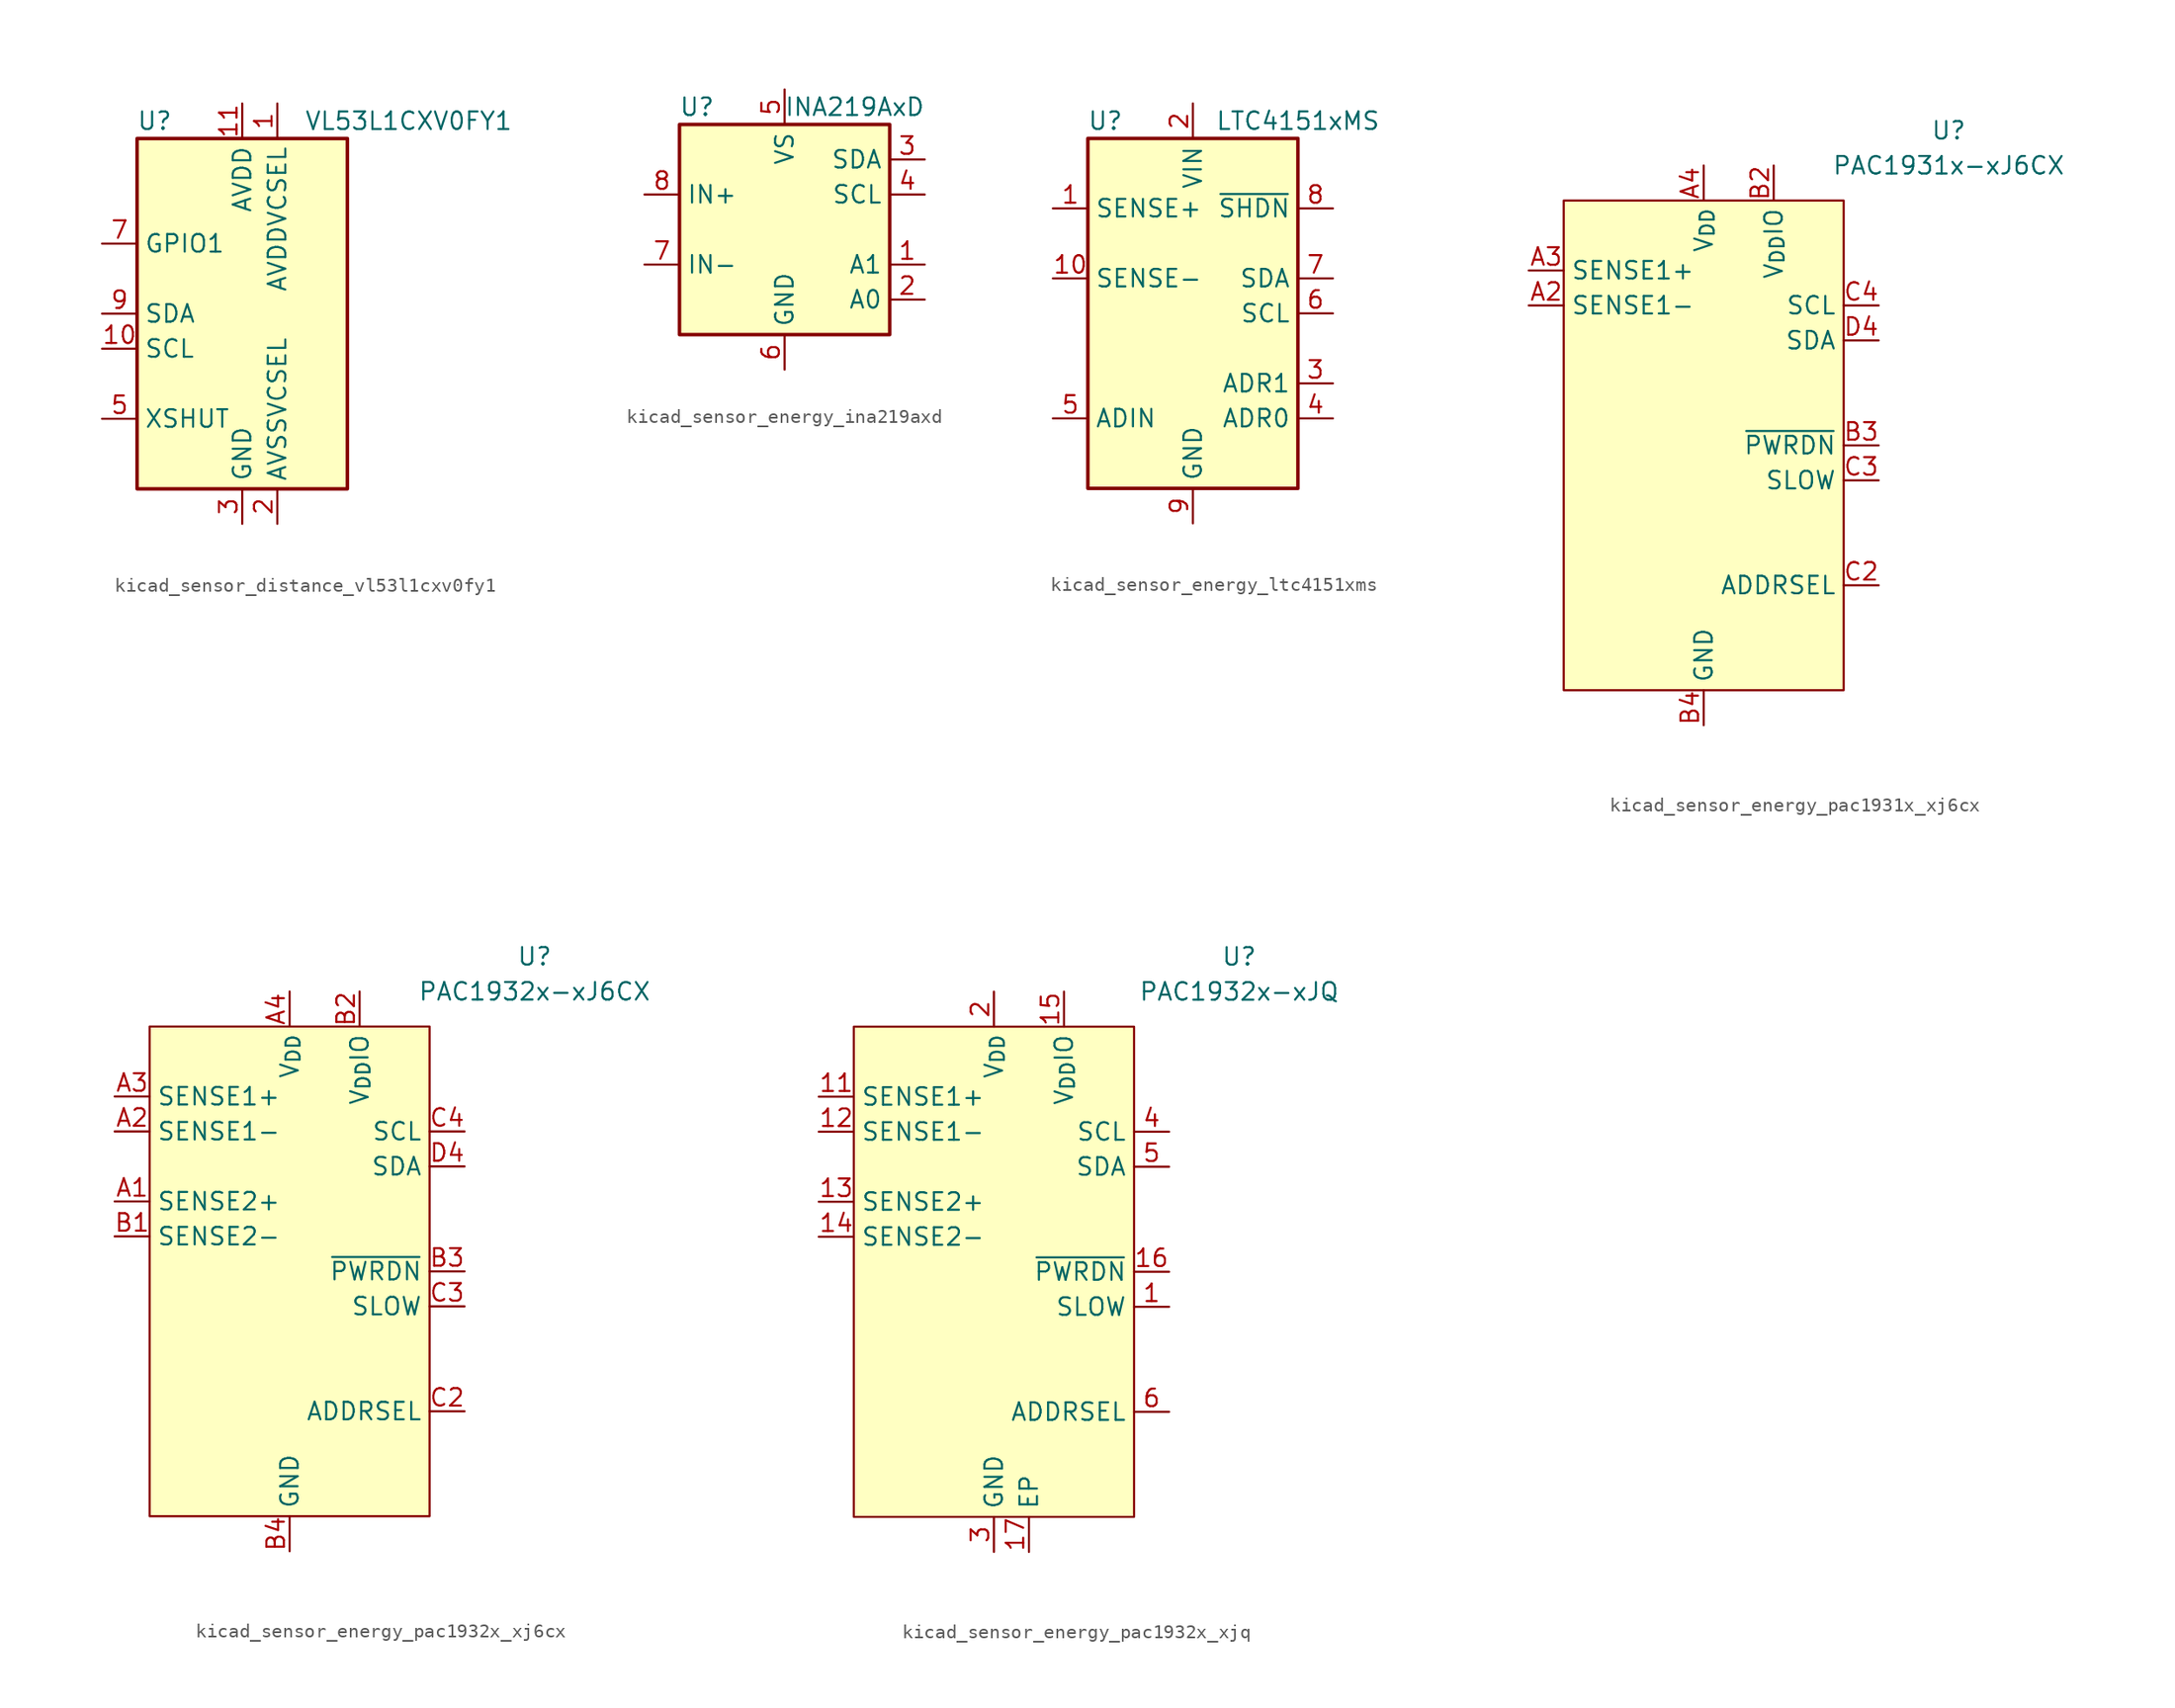
<source format=kicad_sym>
(kicad_symbol_lib
  (version 20220914)
  (generator kicad_symbol_editor)
  (symbol "kicad_sensor_distance_vl53l1cxv0fy1"
    (property "Reference" "U"
      (at -6.35 13.97 0)
      (effects (font (size 1.27 1.27))))
    (property "Value" "VL53L1CXV0FY1"
      (at 12.065 13.97 0)
      (effects (font (size 1.27 1.27))))
    (symbol "kicad_sensor_distance_vl53l1cxv0fy1_0_1"
      (rectangle (start -7.62 12.7) (end 7.62 -12.7) (stroke (width 0.254) (type default)) (fill (type background))))
    (symbol "kicad_sensor_distance_vl53l1cxv0fy1_1_1"
      (pin power_in line (at 2.54 15.24 270) (length 2.54) (name "AVDDVCSEL" (effects (font (size 1.27 1.27)))) (number "1" (effects (font (size 1.27 1.27)))))
      (pin input line (at -10.16 -2.54 0) (length 2.54) (name "SCL" (effects (font (size 1.27 1.27)))) (number "10" (effects (font (size 1.27 1.27)))))
      (pin power_in line (at 0 15.24 270) (length 2.54) (name "AVDD" (effects (font (size 1.27 1.27)))) (number "11" (effects (font (size 1.27 1.27)))))
      (pin passive line (at 0 -15.24 90) (length 2.54) hide (name "GND" (effects (font (size 1.27 1.27)))) (number "12" (effects (font (size 1.27 1.27)))))
      (pin power_in line (at 2.54 -15.24 90) (length 2.54) (name "AVSSVCSEL" (effects (font (size 1.27 1.27)))) (number "2" (effects (font (size 1.27 1.27)))))
      (pin power_in line (at 0 -15.24 90) (length 2.54) (name "GND" (effects (font (size 1.27 1.27)))) (number "3" (effects (font (size 1.27 1.27)))))
      (pin passive line (at 0 -15.24 90) (length 2.54) hide (name "GND" (effects (font (size 1.27 1.27)))) (number "4" (effects (font (size 1.27 1.27)))))
      (pin input line (at -10.16 -7.62 0) (length 2.54) (name "XSHUT" (effects (font (size 1.27 1.27)))) (number "5" (effects (font (size 1.27 1.27)))))
      (pin passive line (at 0 -15.24 90) (length 2.54) hide (name "GND" (effects (font (size 1.27 1.27)))) (number "6" (effects (font (size 1.27 1.27)))))
      (pin open_collector line (at -10.16 5.08 0) (length 2.54) (name "GPIO1" (effects (font (size 1.27 1.27)))) (number "7" (effects (font (size 1.27 1.27)))))
      (pin no_connect line (at -7.62 7.62 0) (length 2.54) hide (name "DNC" (effects (font (size 1.27 1.27)))) (number "8" (effects (font (size 1.27 1.27)))))
      (pin bidirectional line (at -10.16 0 0) (length 2.54) (name "SDA" (effects (font (size 1.27 1.27)))) (number "9" (effects (font (size 1.27 1.27)))))))
  (symbol "kicad_sensor_energy_ina219axd"
    (property "Reference" "U"
      (at -6.35 8.89 0)
      (effects (font (size 1.27 1.27))))
    (property "Value" "INA219AxD"
      (at 5.08 8.89 0)
      (effects (font (size 1.27 1.27))))
    (symbol "kicad_sensor_energy_ina219axd_0_1"
      (rectangle (start -7.62 7.62) (end 7.62 -7.62) (stroke (width 0.254) (type default)) (fill (type background))))
    (symbol "kicad_sensor_energy_ina219axd_1_1"
      (pin input line (at 10.16 -2.54 180) (length 2.54) (name "A1" (effects (font (size 1.27 1.27)))) (number "1" (effects (font (size 1.27 1.27)))))
      (pin input line (at 10.16 -5.08 180) (length 2.54) (name "A0" (effects (font (size 1.27 1.27)))) (number "2" (effects (font (size 1.27 1.27)))))
      (pin bidirectional line (at 10.16 5.08 180) (length 2.54) (name "SDA" (effects (font (size 1.27 1.27)))) (number "3" (effects (font (size 1.27 1.27)))))
      (pin input line (at 10.16 2.54 180) (length 2.54) (name "SCL" (effects (font (size 1.27 1.27)))) (number "4" (effects (font (size 1.27 1.27)))))
      (pin power_in line (at 0 10.16 270) (length 2.54) (name "VS" (effects (font (size 1.27 1.27)))) (number "5" (effects (font (size 1.27 1.27)))))
      (pin power_in line (at 0 -10.16 90) (length 2.54) (name "GND" (effects (font (size 1.27 1.27)))) (number "6" (effects (font (size 1.27 1.27)))))
      (pin input line (at -10.16 -2.54 0) (length 2.54) (name "IN-" (effects (font (size 1.27 1.27)))) (number "7" (effects (font (size 1.27 1.27)))))
      (pin input line (at -10.16 2.54 0) (length 2.54) (name "IN+" (effects (font (size 1.27 1.27)))) (number "8" (effects (font (size 1.27 1.27)))))))
  (symbol "kicad_sensor_energy_ltc4151xms"
    (property "Reference" "U"
      (at -6.35 13.97 0)
      (effects (font (size 1.27 1.27))))
    (property "Value" "LTC4151xMS"
      (at 7.62 13.97 0)
      (effects (font (size 1.27 1.27))))
    (symbol "kicad_sensor_energy_ltc4151xms_0_1"
      (rectangle (start -7.62 12.7) (end 7.62 -12.7) (stroke (width 0.254) (type default)) (fill (type background))))
    (symbol "kicad_sensor_energy_ltc4151xms_1_1"
      (pin input line (at -10.16 7.62 0) (length 2.54) (name "SENSE+" (effects (font (size 1.27 1.27)))) (number "1" (effects (font (size 1.27 1.27)))))
      (pin input line (at -10.16 2.54 0) (length 2.54) (name "SENSE-" (effects (font (size 1.27 1.27)))) (number "10" (effects (font (size 1.27 1.27)))))
      (pin power_in line (at 0 15.24 270) (length 2.54) (name "VIN" (effects (font (size 1.27 1.27)))) (number "2" (effects (font (size 1.27 1.27)))))
      (pin input line (at 10.16 -5.08 180) (length 2.54) (name "ADR1" (effects (font (size 1.27 1.27)))) (number "3" (effects (font (size 1.27 1.27)))))
      (pin input line (at 10.16 -7.62 180) (length 2.54) (name "ADR0" (effects (font (size 1.27 1.27)))) (number "4" (effects (font (size 1.27 1.27)))))
      (pin input line (at -10.16 -7.62 0) (length 2.54) (name "ADIN" (effects (font (size 1.27 1.27)))) (number "5" (effects (font (size 1.27 1.27)))))
      (pin input line (at 10.16 0 180) (length 2.54) (name "SCL" (effects (font (size 1.27 1.27)))) (number "6" (effects (font (size 1.27 1.27)))))
      (pin bidirectional line (at 10.16 2.54 180) (length 2.54) (name "SDA" (effects (font (size 1.27 1.27)))) (number "7" (effects (font (size 1.27 1.27)))))
      (pin input line (at 10.16 7.62 180) (length 2.54) (name "~{SHDN}" (effects (font (size 1.27 1.27)))) (number "8" (effects (font (size 1.27 1.27)))))
      (pin power_in line (at 0 -15.24 90) (length 2.54) (name "GND" (effects (font (size 1.27 1.27)))) (number "9" (effects (font (size 1.27 1.27)))))))
  (symbol "kicad_sensor_energy_pac1931x_xj6cx"
    (property "Reference" "U"
      (at 17.78 22.86 0)
      (effects (font (size 1.27 1.27))))
    (property "Value" "PAC1931x-xJ6CX"
      (at 17.78 20.32 0)
      (effects (font (size 1.27 1.27))))
    (symbol "kicad_sensor_energy_pac1931x_xj6cx_0_0"
      (pin passive line (at 0 -20.32 90) (length 2.54) hide (name "GND" (effects (font (size 1.27 1.27)))) (number "A1" (effects (font (size 1.27 1.27)))))
      (pin input line (at -12.7 10.16 0) (length 2.54) (name "SENSE1-" (effects (font (size 1.27 1.27)))) (number "A2" (effects (font (size 1.27 1.27)))))
      (pin input line (at -12.7 12.7 0) (length 2.54) (name "SENSE1+" (effects (font (size 1.27 1.27)))) (number "A3" (effects (font (size 1.27 1.27)))))
      (pin power_in line (at 0 20.32 270) (length 2.54) (name "V_{DD}" (effects (font (size 1.27 1.27)))) (number "A4" (effects (font (size 1.27 1.27)))))
      (pin passive line (at 0 -20.32 90) (length 2.54) hide (name "GND" (effects (font (size 1.27 1.27)))) (number "B1" (effects (font (size 1.27 1.27)))))
      (pin input line (at 5.08 20.32 270) (length 2.54) (name "V_{DD}IO" (effects (font (size 1.27 1.27)))) (number "B2" (effects (font (size 1.27 1.27)))))
      (pin input line (at 12.7 0 180) (length 2.54) (name "~{PWRDN}" (effects (font (size 1.27 1.27)))) (number "B3" (effects (font (size 1.27 1.27)))))
      (pin power_in line (at 0 -20.32 90) (length 2.54) (name "GND" (effects (font (size 1.27 1.27)))) (number "B4" (effects (font (size 1.27 1.27)))))
      (pin passive line (at 0 -20.32 90) (length 2.54) hide (name "GND" (effects (font (size 1.27 1.27)))) (number "C1" (effects (font (size 1.27 1.27)))))
      (pin passive line (at 12.7 -10.16 180) (length 2.54) (name "ADDRSEL" (effects (font (size 1.27 1.27)))) (number "C2" (effects (font (size 1.27 1.27)))))
      (pin input line (at 12.7 -2.54 180) (length 2.54) (name "SLOW" (effects (font (size 1.27 1.27)))) (number "C3" (effects (font (size 1.27 1.27)))) (alternate "~{ALERT1}" open_collector line))
      (pin input line (at 12.7 10.16 180) (length 2.54) (name "SCL" (effects (font (size 1.27 1.27)))) (number "C4" (effects (font (size 1.27 1.27)))) (alternate "SM_CLK" input line))
      (pin passive line (at 0 -20.32 90) (length 2.54) hide (name "GND" (effects (font (size 1.27 1.27)))) (number "D1" (effects (font (size 1.27 1.27)))))
      (pin passive line (at 0 -20.32 90) (length 2.54) hide (name "GND" (effects (font (size 1.27 1.27)))) (number "D2" (effects (font (size 1.27 1.27)))))
      (pin passive line (at 0 -20.32 90) (length 2.54) hide (name "GND" (effects (font (size 1.27 1.27)))) (number "D3" (effects (font (size 1.27 1.27)))))
      (pin bidirectional line (at 12.7 7.62 180) (length 2.54) (name "SDA" (effects (font (size 1.27 1.27)))) (number "D4" (effects (font (size 1.27 1.27)))) (alternate "SM_DATA" bidirectional line)))
    (symbol "kicad_sensor_energy_pac1931x_xj6cx_0_1"
      (rectangle (start -10.16 17.78) (end 10.16 -17.78) (stroke (width 0) (type default)) (fill (type background)))))
  (symbol "kicad_sensor_energy_pac1932x_xj6cx"
    (property "Reference" "U"
      (at 17.78 22.86 0)
      (effects (font (size 1.27 1.27))))
    (property "Value" "PAC1932x-xJ6CX"
      (at 17.78 20.32 0)
      (effects (font (size 1.27 1.27))))
    (symbol "kicad_sensor_energy_pac1932x_xj6cx_0_0"
      (pin input line (at -12.7 5.08 0) (length 2.54) (name "SENSE2+" (effects (font (size 1.27 1.27)))) (number "A1" (effects (font (size 1.27 1.27)))))
      (pin input line (at -12.7 10.16 0) (length 2.54) (name "SENSE1-" (effects (font (size 1.27 1.27)))) (number "A2" (effects (font (size 1.27 1.27)))))
      (pin input line (at -12.7 12.7 0) (length 2.54) (name "SENSE1+" (effects (font (size 1.27 1.27)))) (number "A3" (effects (font (size 1.27 1.27)))))
      (pin power_in line (at 0 20.32 270) (length 2.54) (name "V_{DD}" (effects (font (size 1.27 1.27)))) (number "A4" (effects (font (size 1.27 1.27)))))
      (pin input line (at -12.7 2.54 0) (length 2.54) (name "SENSE2-" (effects (font (size 1.27 1.27)))) (number "B1" (effects (font (size 1.27 1.27)))))
      (pin input line (at 5.08 20.32 270) (length 2.54) (name "V_{DD}IO" (effects (font (size 1.27 1.27)))) (number "B2" (effects (font (size 1.27 1.27)))))
      (pin input line (at 12.7 0 180) (length 2.54) (name "~{PWRDN}" (effects (font (size 1.27 1.27)))) (number "B3" (effects (font (size 1.27 1.27)))))
      (pin power_in line (at 0 -20.32 90) (length 2.54) (name "GND" (effects (font (size 1.27 1.27)))) (number "B4" (effects (font (size 1.27 1.27)))))
      (pin passive line (at 0 -20.32 90) (length 2.54) hide (name "GND" (effects (font (size 1.27 1.27)))) (number "C1" (effects (font (size 1.27 1.27)))))
      (pin passive line (at 12.7 -10.16 180) (length 2.54) (name "ADDRSEL" (effects (font (size 1.27 1.27)))) (number "C2" (effects (font (size 1.27 1.27)))))
      (pin input line (at 12.7 -2.54 180) (length 2.54) (name "SLOW" (effects (font (size 1.27 1.27)))) (number "C3" (effects (font (size 1.27 1.27)))) (alternate "~{ALERT1}" open_collector line))
      (pin input line (at 12.7 10.16 180) (length 2.54) (name "SCL" (effects (font (size 1.27 1.27)))) (number "C4" (effects (font (size 1.27 1.27)))) (alternate "SM_CLK" input line))
      (pin passive line (at 0 -20.32 90) (length 2.54) hide (name "GND" (effects (font (size 1.27 1.27)))) (number "D1" (effects (font (size 1.27 1.27)))))
      (pin passive line (at 0 -20.32 90) (length 2.54) hide (name "GND" (effects (font (size 1.27 1.27)))) (number "D2" (effects (font (size 1.27 1.27)))))
      (pin passive line (at 0 -20.32 90) (length 2.54) hide (name "GND" (effects (font (size 1.27 1.27)))) (number "D3" (effects (font (size 1.27 1.27)))))
      (pin bidirectional line (at 12.7 7.62 180) (length 2.54) (name "SDA" (effects (font (size 1.27 1.27)))) (number "D4" (effects (font (size 1.27 1.27)))) (alternate "SM_DATA" bidirectional line)))
    (symbol "kicad_sensor_energy_pac1932x_xj6cx_0_1"
      (rectangle (start -10.16 17.78) (end 10.16 -17.78) (stroke (width 0) (type default)) (fill (type background)))))
  (symbol "kicad_sensor_energy_pac1932x_xjq"
    (property "Reference" "U"
      (at 17.78 22.86 0)
      (effects (font (size 1.27 1.27))))
    (property "Value" "PAC1932x-xJQ"
      (at 17.78 20.32 0)
      (effects (font (size 1.27 1.27))))
    (symbol "kicad_sensor_energy_pac1932x_xjq_0_0"
      (pin input line (at 12.7 -2.54 180) (length 2.54) (name "SLOW" (effects (font (size 1.27 1.27)))) (number "1" (effects (font (size 1.27 1.27)))) (alternate "~{ALERT1}" open_collector line))
      (pin passive line (at 0 -20.32 90) (length 2.54) hide (name "GND" (effects (font (size 1.27 1.27)))) (number "10" (effects (font (size 1.27 1.27)))))
      (pin input line (at -12.7 12.7 0) (length 2.54) (name "SENSE1+" (effects (font (size 1.27 1.27)))) (number "11" (effects (font (size 1.27 1.27)))))
      (pin input line (at -12.7 10.16 0) (length 2.54) (name "SENSE1-" (effects (font (size 1.27 1.27)))) (number "12" (effects (font (size 1.27 1.27)))))
      (pin input line (at -12.7 5.08 0) (length 2.54) (name "SENSE2+" (effects (font (size 1.27 1.27)))) (number "13" (effects (font (size 1.27 1.27)))))
      (pin input line (at -12.7 2.54 0) (length 2.54) (name "SENSE2-" (effects (font (size 1.27 1.27)))) (number "14" (effects (font (size 1.27 1.27)))))
      (pin input line (at 5.08 20.32 270) (length 2.54) (name "V_{DD}IO" (effects (font (size 1.27 1.27)))) (number "15" (effects (font (size 1.27 1.27)))))
      (pin input line (at 12.7 0 180) (length 2.54) (name "~{PWRDN}" (effects (font (size 1.27 1.27)))) (number "16" (effects (font (size 1.27 1.27)))))
      (pin passive line (at 2.54 -20.32 90) (length 2.54) (name "EP" (effects (font (size 1.27 1.27)))) (number "17" (effects (font (size 1.27 1.27)))))
      (pin power_in line (at 0 20.32 270) (length 2.54) (name "V_{DD}" (effects (font (size 1.27 1.27)))) (number "2" (effects (font (size 1.27 1.27)))))
      (pin power_in line (at 0 -20.32 90) (length 2.54) (name "GND" (effects (font (size 1.27 1.27)))) (number "3" (effects (font (size 1.27 1.27)))))
      (pin input line (at 12.7 10.16 180) (length 2.54) (name "SCL" (effects (font (size 1.27 1.27)))) (number "4" (effects (font (size 1.27 1.27)))) (alternate "SM_CLK" input line))
      (pin bidirectional line (at 12.7 7.62 180) (length 2.54) (name "SDA" (effects (font (size 1.27 1.27)))) (number "5" (effects (font (size 1.27 1.27)))) (alternate "SM_DATA" bidirectional line))
      (pin passive line (at 12.7 -10.16 180) (length 2.54) (name "ADDRSEL" (effects (font (size 1.27 1.27)))) (number "6" (effects (font (size 1.27 1.27)))))
      (pin passive line (at 0 -20.32 90) (length 2.54) hide (name "GND" (effects (font (size 1.27 1.27)))) (number "7" (effects (font (size 1.27 1.27)))))
      (pin passive line (at 0 -20.32 90) (length 2.54) hide (name "GND" (effects (font (size 1.27 1.27)))) (number "8" (effects (font (size 1.27 1.27)))))
      (pin passive line (at 0 -20.32 90) (length 2.54) hide (name "GND" (effects (font (size 1.27 1.27)))) (number "9" (effects (font (size 1.27 1.27))))))
    (symbol "kicad_sensor_energy_pac1932x_xjq_0_1"
      (rectangle (start -10.16 17.78) (end 10.16 -17.78) (stroke (width 0) (type default)) (fill (type background))))))
</source>
